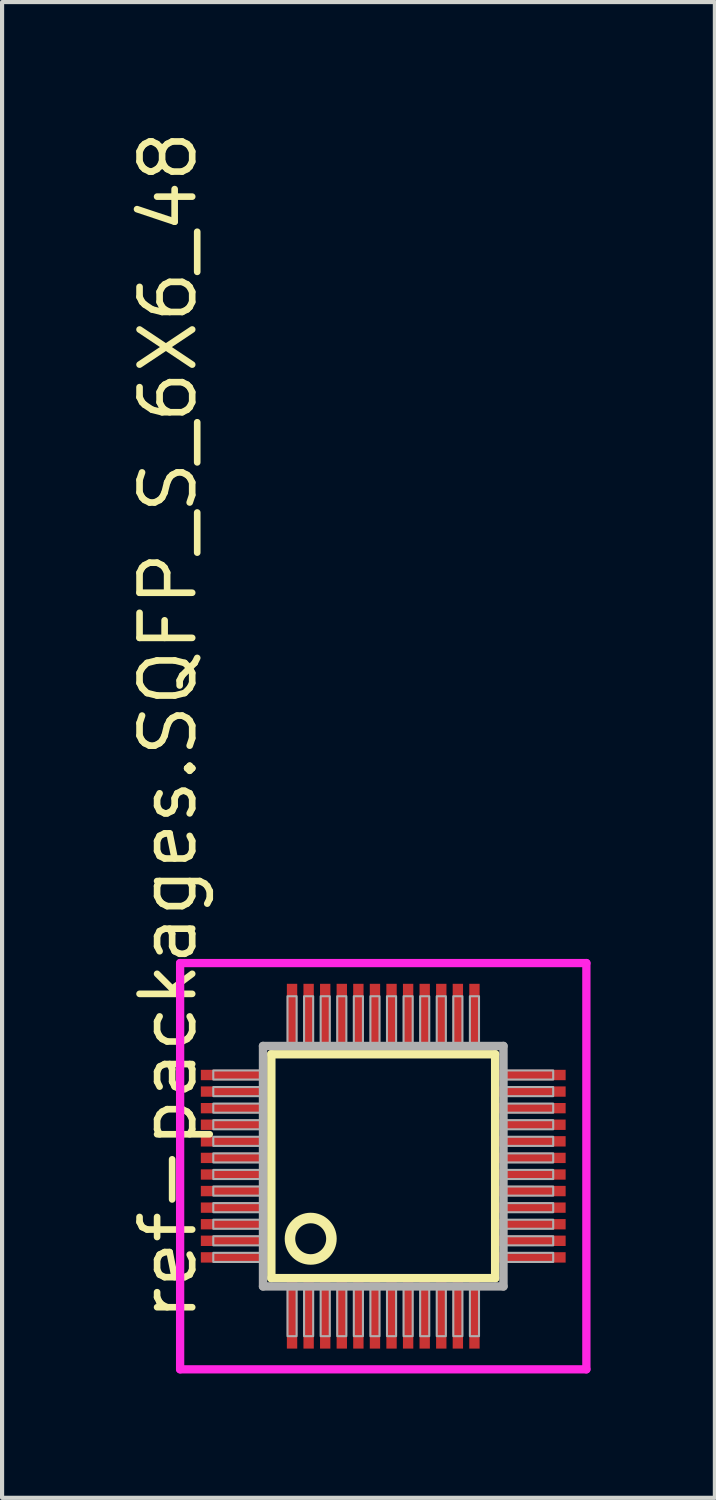
<source format=kicad_pcb>
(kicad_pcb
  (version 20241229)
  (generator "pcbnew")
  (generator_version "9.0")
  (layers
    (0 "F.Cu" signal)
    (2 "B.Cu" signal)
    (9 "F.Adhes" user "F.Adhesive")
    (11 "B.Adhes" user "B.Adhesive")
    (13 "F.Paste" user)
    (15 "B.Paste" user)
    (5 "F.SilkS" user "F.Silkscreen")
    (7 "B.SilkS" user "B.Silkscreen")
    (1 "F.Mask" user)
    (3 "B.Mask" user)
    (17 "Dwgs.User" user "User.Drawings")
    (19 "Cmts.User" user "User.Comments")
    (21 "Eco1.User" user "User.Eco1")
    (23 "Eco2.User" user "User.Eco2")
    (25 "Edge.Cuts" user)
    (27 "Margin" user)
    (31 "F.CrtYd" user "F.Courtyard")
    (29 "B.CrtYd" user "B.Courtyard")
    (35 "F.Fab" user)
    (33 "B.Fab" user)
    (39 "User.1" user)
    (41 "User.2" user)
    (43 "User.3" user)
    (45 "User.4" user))
  (footprint "ref-packages.SQFP_S_6X6_48"
    (layer "F.Cu")
    (at 6.195 25.082)
    (property "Reference" "ref-packages.SQFP_S_6X6_48" (at -4.445 3.81 90) (layer "F.SilkS") (effects (font (size 1.27 1.27) (thickness 0.16)) (justify left bottom)))
    (attr smd)
    (fp_line (start -2.7 -2.7) (end 2.7 -2.7) (stroke (width 0.203) (type default)) (layer "F.SilkS"))
    (fp_line (start -2.7 2.7) (end -2.7 -2.7) (stroke (width 0.203) (type default)) (layer "F.SilkS"))
    (fp_line (start 2.7 -2.7) (end 2.7 2.7) (stroke (width 0.203) (type default)) (layer "F.SilkS"))
    (fp_line (start 2.7 2.7) (end -2.7 2.7) (stroke (width 0.203) (type default)) (layer "F.SilkS"))
    (fp_circle (center -1.75 1.75) (end -1.25 1.75) (stroke (width 0.254) (type default)) (fill no) (layer "F.SilkS"))
    (fp_line (start -4.9 -4.9) (end 4.9 -4.9) (stroke (width 0.2) (type default)) (layer "F.CrtYd"))
    (fp_line (start -4.9 4.9) (end -4.9 -4.9) (stroke (width 0.2) (type default)) (layer "F.CrtYd"))
    (fp_line (start 4.9 -4.9) (end 4.9 4.9) (stroke (width 0.2) (type default)) (layer "F.CrtYd"))
    (fp_line (start 4.9 4.9) (end -4.9 4.9) (stroke (width 0.2) (type default)) (layer "F.CrtYd"))
    (fp_line (start -2.9 -2.9) (end -2.9 2.9) (stroke (width 0.203) (type default)) (layer "F.Fab"))
    (fp_line (start -2.9 2.9) (end 2.9 2.9) (stroke (width 0.203) (type default)) (layer "F.Fab"))
    (fp_line (start 2.9 -2.9) (end -2.9 -2.9) (stroke (width 0.203) (type default)) (layer "F.Fab"))
    (fp_line (start 2.9 2.9) (end 2.9 -2.9) (stroke (width 0.203) (type default)) (layer "F.Fab"))
    (fp_rect (start -4.1 -2.09) (end -2.95 -2.31) (stroke (width 0.05) (type default)) (fill no) (layer "F.Fab"))
    (fp_rect (start -4.1 -1.69) (end -2.95 -1.91) (stroke (width 0.05) (type default)) (fill no) (layer "F.Fab"))
    (fp_rect (start -4.1 -1.29) (end -2.95 -1.51) (stroke (width 0.05) (type default)) (fill no) (layer "F.Fab"))
    (fp_rect (start -4.1 -0.89) (end -2.95 -1.11) (stroke (width 0.05) (type default)) (fill no) (layer "F.Fab"))
    (fp_rect (start -4.1 -0.49) (end -2.95 -0.71) (stroke (width 0.05) (type default)) (fill no) (layer "F.Fab"))
    (fp_rect (start -4.1 -0.09) (end -2.95 -0.31) (stroke (width 0.05) (type default)) (fill no) (layer "F.Fab"))
    (fp_rect (start -4.1 0.31) (end -2.95 0.09) (stroke (width 0.05) (type default)) (fill no) (layer "F.Fab"))
    (fp_rect (start -4.1 0.71) (end -2.95 0.49) (stroke (width 0.05) (type default)) (fill no) (layer "F.Fab"))
    (fp_rect (start -4.1 1.11) (end -2.95 0.89) (stroke (width 0.05) (type default)) (fill no) (layer "F.Fab"))
    (fp_rect (start -4.1 1.51) (end -2.95 1.29) (stroke (width 0.05) (type default)) (fill no) (layer "F.Fab"))
    (fp_rect (start -4.1 1.91) (end -2.95 1.69) (stroke (width 0.05) (type default)) (fill no) (layer "F.Fab"))
    (fp_rect (start -4.1 2.31) (end -2.95 2.09) (stroke (width 0.05) (type default)) (fill no) (layer "F.Fab"))
    (fp_rect (start -2.31 -2.95) (end -2.09 -4.1) (stroke (width 0.05) (type default)) (fill no) (layer "F.Fab"))
    (fp_rect (start -2.31 4.1) (end -2.09 2.95) (stroke (width 0.05) (type default)) (fill no) (layer "F.Fab"))
    (fp_rect (start -1.91 -2.95) (end -1.69 -4.1) (stroke (width 0.05) (type default)) (fill no) (layer "F.Fab"))
    (fp_rect (start -1.91 4.1) (end -1.69 2.95) (stroke (width 0.05) (type default)) (fill no) (layer "F.Fab"))
    (fp_rect (start -1.51 -2.95) (end -1.29 -4.1) (stroke (width 0.05) (type default)) (fill no) (layer "F.Fab"))
    (fp_rect (start -1.51 4.1) (end -1.29 2.95) (stroke (width 0.05) (type default)) (fill no) (layer "F.Fab"))
    (fp_rect (start -1.11 -2.95) (end -0.89 -4.1) (stroke (width 0.05) (type default)) (fill no) (layer "F.Fab"))
    (fp_rect (start -1.11 4.1) (end -0.89 2.95) (stroke (width 0.05) (type default)) (fill no) (layer "F.Fab"))
    (fp_rect (start -0.71 -2.95) (end -0.49 -4.1) (stroke (width 0.05) (type default)) (fill no) (layer "F.Fab"))
    (fp_rect (start -0.71 4.1) (end -0.49 2.95) (stroke (width 0.05) (type default)) (fill no) (layer "F.Fab"))
    (fp_rect (start -0.31 -2.95) (end -0.09 -4.1) (stroke (width 0.05) (type default)) (fill no) (layer "F.Fab"))
    (fp_rect (start -0.31 4.1) (end -0.09 2.95) (stroke (width 0.05) (type default)) (fill no) (layer "F.Fab"))
    (fp_rect (start 0.09 -2.95) (end 0.31 -4.1) (stroke (width 0.05) (type default)) (fill no) (layer "F.Fab"))
    (fp_rect (start 0.09 4.1) (end 0.31 2.95) (stroke (width 0.05) (type default)) (fill no) (layer "F.Fab"))
    (fp_rect (start 0.49 -2.95) (end 0.71 -4.1) (stroke (width 0.05) (type default)) (fill no) (layer "F.Fab"))
    (fp_rect (start 0.49 4.1) (end 0.71 2.95) (stroke (width 0.05) (type default)) (fill no) (layer "F.Fab"))
    (fp_rect (start 0.89 -2.95) (end 1.11 -4.1) (stroke (width 0.05) (type default)) (fill no) (layer "F.Fab"))
    (fp_rect (start 0.89 4.1) (end 1.11 2.95) (stroke (width 0.05) (type default)) (fill no) (layer "F.Fab"))
    (fp_rect (start 1.29 -2.95) (end 1.51 -4.1) (stroke (width 0.05) (type default)) (fill no) (layer "F.Fab"))
    (fp_rect (start 1.29 4.1) (end 1.51 2.95) (stroke (width 0.05) (type default)) (fill no) (layer "F.Fab"))
    (fp_rect (start 1.69 -2.95) (end 1.91 -4.1) (stroke (width 0.05) (type default)) (fill no) (layer "F.Fab"))
    (fp_rect (start 1.69 4.1) (end 1.91 2.95) (stroke (width 0.05) (type default)) (fill no) (layer "F.Fab"))
    (fp_rect (start 2.09 -2.95) (end 2.31 -4.1) (stroke (width 0.05) (type default)) (fill no) (layer "F.Fab"))
    (fp_rect (start 2.09 4.1) (end 2.31 2.95) (stroke (width 0.05) (type default)) (fill no) (layer "F.Fab"))
    (fp_rect (start 2.95 -2.09) (end 4.1 -2.31) (stroke (width 0.05) (type default)) (fill no) (layer "F.Fab"))
    (fp_rect (start 2.95 -1.69) (end 4.1 -1.91) (stroke (width 0.05) (type default)) (fill no) (layer "F.Fab"))
    (fp_rect (start 2.95 -1.29) (end 4.1 -1.51) (stroke (width 0.05) (type default)) (fill no) (layer "F.Fab"))
    (fp_rect (start 2.95 -0.89) (end 4.1 -1.11) (stroke (width 0.05) (type default)) (fill no) (layer "F.Fab"))
    (fp_rect (start 2.95 -0.49) (end 4.1 -0.71) (stroke (width 0.05) (type default)) (fill no) (layer "F.Fab"))
    (fp_rect (start 2.95 -0.09) (end 4.1 -0.31) (stroke (width 0.05) (type default)) (fill no) (layer "F.Fab"))
    (fp_rect (start 2.95 0.31) (end 4.1 0.09) (stroke (width 0.05) (type default)) (fill no) (layer "F.Fab"))
    (fp_rect (start 2.95 0.71) (end 4.1 0.49) (stroke (width 0.05) (type default)) (fill no) (layer "F.Fab"))
    (fp_rect (start 2.95 1.11) (end 4.1 0.89) (stroke (width 0.05) (type default)) (fill no) (layer "F.Fab"))
    (fp_rect (start 2.95 1.51) (end 4.1 1.29) (stroke (width 0.05) (type default)) (fill no) (layer "F.Fab"))
    (fp_rect (start 2.95 1.91) (end 4.1 1.69) (stroke (width 0.05) (type default)) (fill no) (layer "F.Fab"))
    (fp_rect (start 2.95 2.31) (end 4.1 2.09) (stroke (width 0.05) (type default)) (fill no) (layer "F.Fab"))
    (pad "1" smd roundrect (at -2.2 3.6) (size 0.25 1.6) (layers "F.Cu" "F.Mask" "F.Paste") (roundrect_rratio 0.01))
    (pad "2" smd roundrect (at -1.8 3.6) (size 0.25 1.6) (layers "F.Cu" "F.Mask" "F.Paste") (roundrect_rratio 0.01))
    (pad "3" smd roundrect (at -1.4 3.6) (size 0.25 1.6) (layers "F.Cu" "F.Mask" "F.Paste") (roundrect_rratio 0.01))
    (pad "4" smd roundrect (at -1 3.6) (size 0.25 1.6) (layers "F.Cu" "F.Mask" "F.Paste") (roundrect_rratio 0.01))
    (pad "5" smd roundrect (at -0.6 3.6) (size 0.25 1.6) (layers "F.Cu" "F.Mask" "F.Paste") (roundrect_rratio 0.01))
    (pad "6" smd roundrect (at -0.2 3.6) (size 0.25 1.6) (layers "F.Cu" "F.Mask" "F.Paste") (roundrect_rratio 0.01))
    (pad "7" smd roundrect (at 0.2 3.6) (size 0.25 1.6) (layers "F.Cu" "F.Mask" "F.Paste") (roundrect_rratio 0.01))
    (pad "8" smd roundrect (at 0.6 3.6) (size 0.25 1.6) (layers "F.Cu" "F.Mask" "F.Paste") (roundrect_rratio 0.01))
    (pad "9" smd roundrect (at 1 3.6) (size 0.25 1.6) (layers "F.Cu" "F.Mask" "F.Paste") (roundrect_rratio 0.01))
    (pad "10" smd roundrect (at 1.4 3.6) (size 0.25 1.6) (layers "F.Cu" "F.Mask" "F.Paste") (roundrect_rratio 0.01))
    (pad "11" smd roundrect (at 1.8 3.6) (size 0.25 1.6) (layers "F.Cu" "F.Mask" "F.Paste") (roundrect_rratio 0.01))
    (pad "12" smd roundrect (at 2.2 3.6) (size 0.25 1.6) (layers "F.Cu" "F.Mask" "F.Paste") (roundrect_rratio 0.01))
    (pad "13" smd roundrect (at 3.6 2.2) (size 1.6 0.25) (layers "F.Cu" "F.Mask" "F.Paste") (roundrect_rratio 0.01))
    (pad "14" smd roundrect (at 3.6 1.8) (size 1.6 0.25) (layers "F.Cu" "F.Mask" "F.Paste") (roundrect_rratio 0.01))
    (pad "15" smd roundrect (at 3.6 1.4) (size 1.6 0.25) (layers "F.Cu" "F.Mask" "F.Paste") (roundrect_rratio 0.01))
    (pad "16" smd roundrect (at 3.6 1) (size 1.6 0.25) (layers "F.Cu" "F.Mask" "F.Paste") (roundrect_rratio 0.01))
    (pad "17" smd roundrect (at 3.6 0.6) (size 1.6 0.25) (layers "F.Cu" "F.Mask" "F.Paste") (roundrect_rratio 0.01))
    (pad "18" smd roundrect (at 3.6 0.2) (size 1.6 0.25) (layers "F.Cu" "F.Mask" "F.Paste") (roundrect_rratio 0.01))
    (pad "19" smd roundrect (at 3.6 -0.2) (size 1.6 0.25) (layers "F.Cu" "F.Mask" "F.Paste") (roundrect_rratio 0.01))
    (pad "20" smd roundrect (at 3.6 -0.6) (size 1.6 0.25) (layers "F.Cu" "F.Mask" "F.Paste") (roundrect_rratio 0.01))
    (pad "21" smd roundrect (at 3.6 -1) (size 1.6 0.25) (layers "F.Cu" "F.Mask" "F.Paste") (roundrect_rratio 0.01))
    (pad "22" smd roundrect (at 3.6 -1.4) (size 1.6 0.25) (layers "F.Cu" "F.Mask" "F.Paste") (roundrect_rratio 0.01))
    (pad "23" smd roundrect (at 3.6 -1.8) (size 1.6 0.25) (layers "F.Cu" "F.Mask" "F.Paste") (roundrect_rratio 0.01))
    (pad "24" smd roundrect (at 3.6 -2.2) (size 1.6 0.25) (layers "F.Cu" "F.Mask" "F.Paste") (roundrect_rratio 0.01))
    (pad "25" smd roundrect (at 2.2 -3.6) (size 0.25 1.6) (layers "F.Cu" "F.Mask" "F.Paste") (roundrect_rratio 0.01))
    (pad "26" smd roundrect (at 1.8 -3.6) (size 0.25 1.6) (layers "F.Cu" "F.Mask" "F.Paste") (roundrect_rratio 0.01))
    (pad "27" smd roundrect (at 1.4 -3.6) (size 0.25 1.6) (layers "F.Cu" "F.Mask" "F.Paste") (roundrect_rratio 0.01))
    (pad "28" smd roundrect (at 1 -3.6) (size 0.25 1.6) (layers "F.Cu" "F.Mask" "F.Paste") (roundrect_rratio 0.01))
    (pad "29" smd roundrect (at 0.6 -3.6) (size 0.25 1.6) (layers "F.Cu" "F.Mask" "F.Paste") (roundrect_rratio 0.01))
    (pad "30" smd roundrect (at 0.2 -3.6) (size 0.25 1.6) (layers "F.Cu" "F.Mask" "F.Paste") (roundrect_rratio 0.01))
    (pad "31" smd roundrect (at -0.2 -3.6) (size 0.25 1.6) (layers "F.Cu" "F.Mask" "F.Paste") (roundrect_rratio 0.01))
    (pad "32" smd roundrect (at -0.6 -3.6) (size 0.25 1.6) (layers "F.Cu" "F.Mask" "F.Paste") (roundrect_rratio 0.01))
    (pad "33" smd roundrect (at -1 -3.6) (size 0.25 1.6) (layers "F.Cu" "F.Mask" "F.Paste") (roundrect_rratio 0.01))
    (pad "34" smd roundrect (at -1.4 -3.6) (size 0.25 1.6) (layers "F.Cu" "F.Mask" "F.Paste") (roundrect_rratio 0.01))
    (pad "35" smd roundrect (at -1.8 -3.6) (size 0.25 1.6) (layers "F.Cu" "F.Mask" "F.Paste") (roundrect_rratio 0.01))
    (pad "36" smd roundrect (at -2.2 -3.6) (size 0.25 1.6) (layers "F.Cu" "F.Mask" "F.Paste") (roundrect_rratio 0.01))
    (pad "37" smd roundrect (at -3.6 -2.2) (size 1.6 0.25) (layers "F.Cu" "F.Mask" "F.Paste") (roundrect_rratio 0.01))
    (pad "38" smd roundrect (at -3.6 -1.8) (size 1.6 0.25) (layers "F.Cu" "F.Mask" "F.Paste") (roundrect_rratio 0.01))
    (pad "39" smd roundrect (at -3.6 -1.4) (size 1.6 0.25) (layers "F.Cu" "F.Mask" "F.Paste") (roundrect_rratio 0.01))
    (pad "40" smd roundrect (at -3.6 -1) (size 1.6 0.25) (layers "F.Cu" "F.Mask" "F.Paste") (roundrect_rratio 0.01))
    (pad "41" smd roundrect (at -3.6 -0.6) (size 1.6 0.25) (layers "F.Cu" "F.Mask" "F.Paste") (roundrect_rratio 0.01))
    (pad "42" smd roundrect (at -3.6 -0.2) (size 1.6 0.25) (layers "F.Cu" "F.Mask" "F.Paste") (roundrect_rratio 0.01))
    (pad "43" smd roundrect (at -3.6 0.2) (size 1.6 0.25) (layers "F.Cu" "F.Mask" "F.Paste") (roundrect_rratio 0.01))
    (pad "44" smd roundrect (at -3.6 0.6) (size 1.6 0.25) (layers "F.Cu" "F.Mask" "F.Paste") (roundrect_rratio 0.01))
    (pad "45" smd roundrect (at -3.6 1) (size 1.6 0.25) (layers "F.Cu" "F.Mask" "F.Paste") (roundrect_rratio 0.01))
    (pad "46" smd roundrect (at -3.6 1.4) (size 1.6 0.25) (layers "F.Cu" "F.Mask" "F.Paste") (roundrect_rratio 0.01))
    (pad "47" smd roundrect (at -3.6 1.8) (size 1.6 0.25) (layers "F.Cu" "F.Mask" "F.Paste") (roundrect_rratio 0.01))
    (pad "48" smd roundrect (at -3.6 2.2) (size 1.6 0.25) (layers "F.Cu" "F.Mask" "F.Paste") (roundrect_rratio 0.01)))
  (gr_rect
    (start -3 -3)
    (end 14.195 33.082)
    (stroke (width 0.1) (type default))
    (fill no)
    (layer "Edge.Cuts")))
</source>
